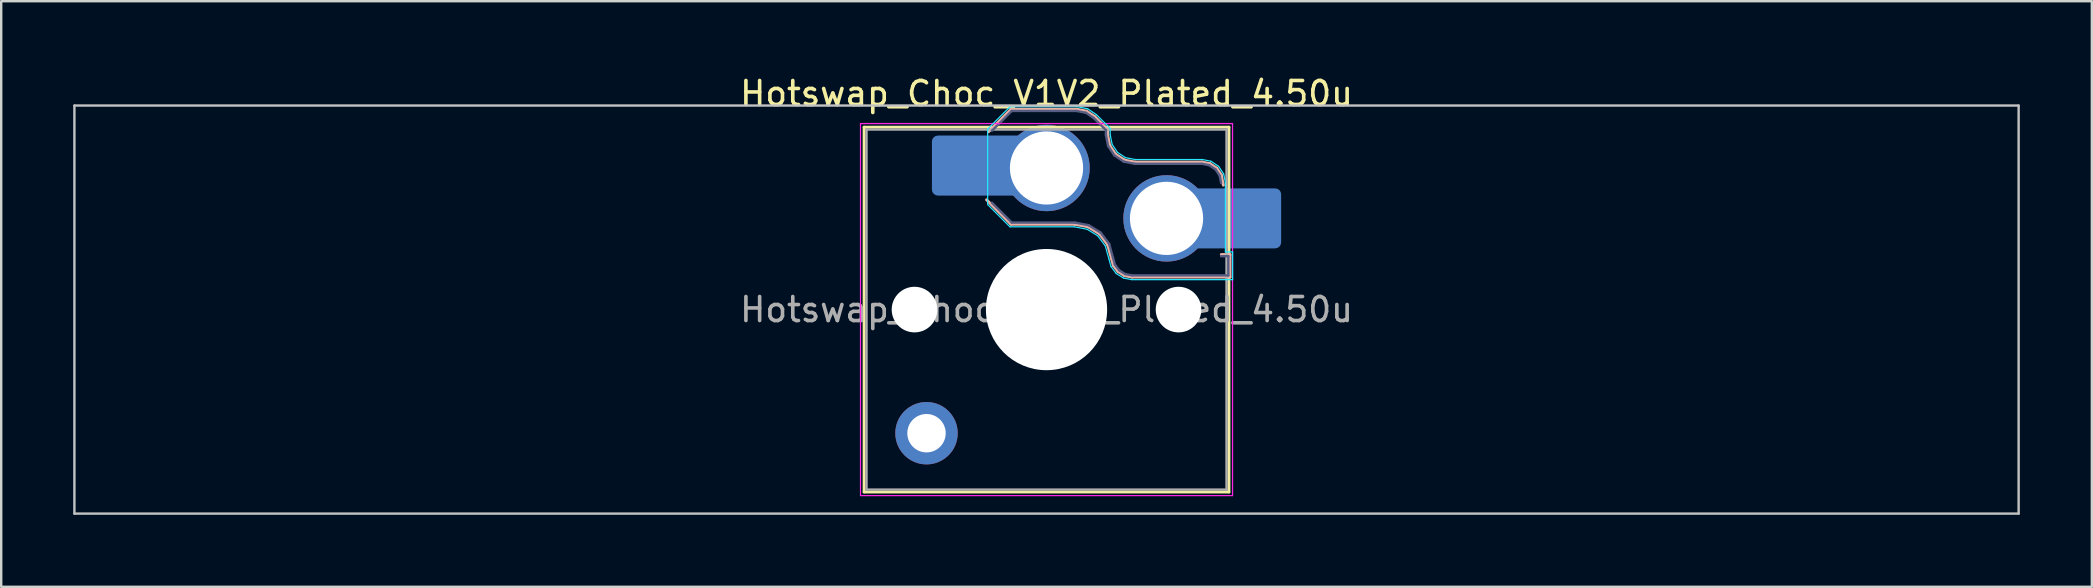
<source format=kicad_pcb>
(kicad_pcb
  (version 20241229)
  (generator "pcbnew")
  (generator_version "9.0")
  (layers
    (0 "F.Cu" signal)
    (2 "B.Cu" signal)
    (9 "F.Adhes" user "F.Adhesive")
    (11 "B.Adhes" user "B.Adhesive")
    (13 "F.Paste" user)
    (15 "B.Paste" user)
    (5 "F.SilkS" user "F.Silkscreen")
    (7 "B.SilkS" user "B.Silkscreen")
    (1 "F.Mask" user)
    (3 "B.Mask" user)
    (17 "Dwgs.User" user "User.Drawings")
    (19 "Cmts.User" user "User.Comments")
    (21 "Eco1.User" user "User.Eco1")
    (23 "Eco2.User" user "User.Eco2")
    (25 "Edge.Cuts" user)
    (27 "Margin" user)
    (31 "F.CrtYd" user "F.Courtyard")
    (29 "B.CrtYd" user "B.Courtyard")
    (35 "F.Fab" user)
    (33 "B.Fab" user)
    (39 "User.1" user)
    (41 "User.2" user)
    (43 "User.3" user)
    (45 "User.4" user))
  (footprint "Hotswap_Choc_V1V2_Plated_4.50u"
    (layer "F.Cu")
    (at 40.55 9.848)
    (property "Reference" "Hotswap_Choc_V1V2_Plated_4.50u" (at 0 -9 0) (layer "F.SilkS") (effects (font (size 1 1) (thickness 0.15))))
    (attr smd)
    (fp_line (start -7.6 -7.6) (end -7.6 7.6) (stroke (width 0.12) (type solid)) (layer "F.SilkS"))
    (fp_line (start -7.6 7.6) (end 7.6 7.6) (stroke (width 0.12) (type solid)) (layer "F.SilkS"))
    (fp_line (start 7.6 -7.6) (end -7.6 -7.6) (stroke (width 0.12) (type solid)) (layer "F.SilkS"))
    (fp_line (start 7.6 7.6) (end 7.6 -7.6) (stroke (width 0.12) (type solid)) (layer "F.SilkS"))
    (fp_line (start -2.416 -7.409) (end -1.479 -8.346) (stroke (width 0.12) (type solid)) (layer "B.SilkS"))
    (fp_line (start -1.479 -8.346) (end 1.268 -8.346) (stroke (width 0.12) (type solid)) (layer "B.SilkS"))
    (fp_line (start -1.479 -3.554) (end -2.5 -4.575) (stroke (width 0.12) (type solid)) (layer "B.SilkS"))
    (fp_line (start 1.168 -3.554) (end -1.479 -3.554) (stroke (width 0.12) (type solid)) (layer "B.SilkS"))
    (fp_line (start 1.268 -8.346) (end 1.671 -8.266) (stroke (width 0.12) (type solid)) (layer "B.SilkS"))
    (fp_line (start 1.671 -8.266) (end 2.013 -8.037) (stroke (width 0.12) (type solid)) (layer "B.SilkS"))
    (fp_line (start 1.73 -3.449) (end 1.168 -3.554) (stroke (width 0.12) (type solid)) (layer "B.SilkS"))
    (fp_line (start 2.013 -8.037) (end 2.546 -7.504) (stroke (width 0.12) (type solid)) (layer "B.SilkS"))
    (fp_line (start 2.209 -3.15) (end 1.73 -3.449) (stroke (width 0.12) (type solid)) (layer "B.SilkS"))
    (fp_line (start 2.546 -7.504) (end 2.546 -7.282) (stroke (width 0.12) (type solid)) (layer "B.SilkS"))
    (fp_line (start 2.546 -7.282) (end 2.633 -6.844) (stroke (width 0.12) (type solid)) (layer "B.SilkS"))
    (fp_line (start 2.547 -2.697) (end 2.209 -3.15) (stroke (width 0.12) (type solid)) (layer "B.SilkS"))
    (fp_line (start 2.633 -6.844) (end 2.877 -6.477) (stroke (width 0.12) (type solid)) (layer "B.SilkS"))
    (fp_line (start 2.701 -2.139) (end 2.547 -2.697) (stroke (width 0.12) (type solid)) (layer "B.SilkS"))
    (fp_line (start 2.783 -1.841) (end 2.701 -2.139) (stroke (width 0.12) (type solid)) (layer "B.SilkS"))
    (fp_line (start 2.877 -6.477) (end 3.244 -6.233) (stroke (width 0.12) (type solid)) (layer "B.SilkS"))
    (fp_line (start 2.976 -1.583) (end 2.783 -1.841) (stroke (width 0.12) (type solid)) (layer "B.SilkS"))
    (fp_line (start 3.244 -6.233) (end 3.682 -6.146) (stroke (width 0.12) (type solid)) (layer "B.SilkS"))
    (fp_line (start 3.25 -1.413) (end 2.976 -1.583) (stroke (width 0.12) (type solid)) (layer "B.SilkS"))
    (fp_line (start 3.56 -1.354) (end 3.25 -1.413) (stroke (width 0.12) (type solid)) (layer "B.SilkS"))
    (fp_line (start 3.682 -6.146) (end 6.482 -6.146) (stroke (width 0.12) (type solid)) (layer "B.SilkS"))
    (fp_line (start 6.482 -6.146) (end 6.809 -6.081) (stroke (width 0.12) (type solid)) (layer "B.SilkS"))
    (fp_line (start 6.809 -6.081) (end 7.092 -5.892) (stroke (width 0.12) (type solid)) (layer "B.SilkS"))
    (fp_line (start 7.092 -5.892) (end 7.281 -5.609) (stroke (width 0.12) (type solid)) (layer "B.SilkS"))
    (fp_line (start 7.281 -5.609) (end 7.366 -5.182) (stroke (width 0.12) (type solid)) (layer "B.SilkS"))
    (fp_line (start 7.283 -2.296) (end 7.646 -2.296) (stroke (width 0.12) (type solid)) (layer "B.SilkS"))
    (fp_line (start 7.646 -2.296) (end 7.646 -1.354) (stroke (width 0.12) (type solid)) (layer "B.SilkS"))
    (fp_line (start 7.646 -1.354) (end 3.56 -1.354) (stroke (width 0.12) (type solid)) (layer "B.SilkS"))
    (fp_line (start -40.5 -8.5) (end -40.5 8.5) (stroke (width 0.1) (type solid)) (layer "Dwgs.User"))
    (fp_line (start -40.5 8.5) (end 40.5 8.5) (stroke (width 0.1) (type solid)) (layer "Dwgs.User"))
    (fp_line (start 40.5 -8.5) (end -40.5 -8.5) (stroke (width 0.1) (type solid)) (layer "Dwgs.User"))
    (fp_line (start 40.5 8.5) (end 40.5 -8.5) (stroke (width 0.1) (type solid)) (layer "Dwgs.User"))
    (fp_line (start -7.25 -7.25) (end -7.25 7.25) (stroke (width 0.1) (type solid)) (layer "Eco1.User"))
    (fp_line (start -7.25 7.25) (end 7.25 7.25) (stroke (width 0.1) (type solid)) (layer "Eco1.User"))
    (fp_line (start 7.25 -7.25) (end -7.25 -7.25) (stroke (width 0.1) (type solid)) (layer "Eco1.User"))
    (fp_line (start 7.25 7.25) (end 7.25 -7.25) (stroke (width 0.1) (type solid)) (layer "Eco1.User"))
    (fp_line (start -2.452 -7.523) (end -1.523 -8.452) (stroke (width 0.05) (type solid)) (layer "B.CrtYd"))
    (fp_line (start -2.452 -4.377) (end -2.452 -7.523) (stroke (width 0.05) (type solid)) (layer "B.CrtYd"))
    (fp_line (start -1.523 -8.452) (end 1.278 -8.452) (stroke (width 0.05) (type solid)) (layer "B.CrtYd"))
    (fp_line (start -1.523 -3.448) (end -2.452 -4.377) (stroke (width 0.05) (type solid)) (layer "B.CrtYd"))
    (fp_line (start 1.159 -3.448) (end -1.523 -3.448) (stroke (width 0.05) (type solid)) (layer "B.CrtYd"))
    (fp_line (start 1.278 -8.452) (end 1.712 -8.366) (stroke (width 0.05) (type solid)) (layer "B.CrtYd"))
    (fp_line (start 1.691 -3.348) (end 1.159 -3.448) (stroke (width 0.05) (type solid)) (layer "B.CrtYd"))
    (fp_line (start 1.712 -8.366) (end 2.081 -8.119) (stroke (width 0.05) (type solid)) (layer "B.CrtYd"))
    (fp_line (start 2.081 -8.119) (end 2.652 -7.548) (stroke (width 0.05) (type solid)) (layer "B.CrtYd"))
    (fp_line (start 2.136 -3.071) (end 1.691 -3.348) (stroke (width 0.05) (type solid)) (layer "B.CrtYd"))
    (fp_line (start 2.45 -2.65) (end 2.136 -3.071) (stroke (width 0.05) (type solid)) (layer "B.CrtYd"))
    (fp_line (start 2.599 -2.111) (end 2.45 -2.65) (stroke (width 0.05) (type solid)) (layer "B.CrtYd"))
    (fp_line (start 2.652 -7.548) (end 2.652 -7.292) (stroke (width 0.05) (type solid)) (layer "B.CrtYd"))
    (fp_line (start 2.652 -7.292) (end 2.733 -6.885) (stroke (width 0.05) (type solid)) (layer "B.CrtYd"))
    (fp_line (start 2.687 -1.794) (end 2.599 -2.111) (stroke (width 0.05) (type solid)) (layer "B.CrtYd"))
    (fp_line (start 2.733 -6.885) (end 2.953 -6.553) (stroke (width 0.05) (type solid)) (layer "B.CrtYd"))
    (fp_line (start 2.903 -1.503) (end 2.687 -1.794) (stroke (width 0.05) (type solid)) (layer "B.CrtYd"))
    (fp_line (start 2.953 -6.553) (end 3.285 -6.333) (stroke (width 0.05) (type solid)) (layer "B.CrtYd"))
    (fp_line (start 3.211 -1.312) (end 2.903 -1.503) (stroke (width 0.05) (type solid)) (layer "B.CrtYd"))
    (fp_line (start 3.285 -6.333) (end 3.692 -6.252) (stroke (width 0.05) (type solid)) (layer "B.CrtYd"))
    (fp_line (start 3.55 -1.248) (end 3.211 -1.312) (stroke (width 0.05) (type solid)) (layer "B.CrtYd"))
    (fp_line (start 3.692 -6.252) (end 6.492 -6.252) (stroke (width 0.05) (type solid)) (layer "B.CrtYd"))
    (fp_line (start 6.492 -6.252) (end 6.85 -6.181) (stroke (width 0.05) (type solid)) (layer "B.CrtYd"))
    (fp_line (start 6.85 -6.181) (end 7.168 -5.968) (stroke (width 0.05) (type solid)) (layer "B.CrtYd"))
    (fp_line (start 7.168 -5.968) (end 7.381 -5.65) (stroke (width 0.05) (type solid)) (layer "B.CrtYd"))
    (fp_line (start 7.381 -5.65) (end 7.452 -5.292) (stroke (width 0.05) (type solid)) (layer "B.CrtYd"))
    (fp_line (start 7.452 -5.292) (end 7.452 -2.402) (stroke (width 0.05) (type solid)) (layer "B.CrtYd"))
    (fp_line (start 7.452 -2.402) (end 7.752 -2.402) (stroke (width 0.05) (type solid)) (layer "B.CrtYd"))
    (fp_line (start 7.752 -2.402) (end 7.752 -1.248) (stroke (width 0.05) (type solid)) (layer "B.CrtYd"))
    (fp_line (start 7.752 -1.248) (end 3.55 -1.248) (stroke (width 0.05) (type solid)) (layer "B.CrtYd"))
    (fp_line (start -7.75 -7.75) (end -7.75 7.75) (stroke (width 0.05) (type solid)) (layer "F.CrtYd"))
    (fp_line (start -7.75 7.75) (end 7.75 7.75) (stroke (width 0.05) (type solid)) (layer "F.CrtYd"))
    (fp_line (start 7.75 -7.75) (end -7.75 -7.75) (stroke (width 0.05) (type solid)) (layer "F.CrtYd"))
    (fp_line (start 7.75 7.75) (end 7.75 -7.75) (stroke (width 0.05) (type solid)) (layer "F.CrtYd"))
    (fp_line (start -2.275 -7.45) (end -1.45 -8.275) (stroke (width 0.1) (type solid)) (layer "B.Fab"))
    (fp_line (start -1.45 -8.275) (end 1.261 -8.275) (stroke (width 0.1) (type solid)) (layer "B.Fab"))
    (fp_line (start -1.45 -3.625) (end -2.275 -4.45) (stroke (width 0.1) (type solid)) (layer "B.Fab"))
    (fp_line (start 1.175 -3.625) (end -1.45 -3.625) (stroke (width 0.1) (type solid)) (layer "B.Fab"))
    (fp_line (start 1.261 -8.275) (end 1.643 -8.199) (stroke (width 0.1) (type solid)) (layer "B.Fab"))
    (fp_line (start 1.643 -8.199) (end 1.968 -7.982) (stroke (width 0.1) (type solid)) (layer "B.Fab"))
    (fp_line (start 1.756 -3.516) (end 1.175 -3.625) (stroke (width 0.1) (type solid)) (layer "B.Fab"))
    (fp_line (start 1.968 -7.982) (end 2.475 -7.475) (stroke (width 0.1) (type solid)) (layer "B.Fab"))
    (fp_line (start 2.258 -3.203) (end 1.756 -3.516) (stroke (width 0.1) (type solid)) (layer "B.Fab"))
    (fp_line (start 2.475 -7.475) (end 2.475 -7.275) (stroke (width 0.1) (type solid)) (layer "B.Fab"))
    (fp_line (start 2.475 -7.275) (end 2.566 -6.816) (stroke (width 0.1) (type solid)) (layer "B.Fab"))
    (fp_line (start 2.566 -6.816) (end 2.826 -6.426) (stroke (width 0.1) (type solid)) (layer "B.Fab"))
    (fp_line (start 2.612 -2.729) (end 2.258 -3.203) (stroke (width 0.1) (type solid)) (layer "B.Fab"))
    (fp_line (start 2.769 -2.158) (end 2.612 -2.729) (stroke (width 0.1) (type solid)) (layer "B.Fab"))
    (fp_line (start 2.826 -6.426) (end 3.216 -6.166) (stroke (width 0.1) (type solid)) (layer "B.Fab"))
    (fp_line (start 2.848 -1.873) (end 2.769 -2.158) (stroke (width 0.1) (type solid)) (layer "B.Fab"))
    (fp_line (start 3.025 -1.636) (end 2.848 -1.873) (stroke (width 0.1) (type solid)) (layer "B.Fab"))
    (fp_line (start 3.216 -6.166) (end 3.675 -6.075) (stroke (width 0.1) (type solid)) (layer "B.Fab"))
    (fp_line (start 3.276 -1.48) (end 3.025 -1.636) (stroke (width 0.1) (type solid)) (layer "B.Fab"))
    (fp_line (start 3.567 -1.425) (end 3.276 -1.48) (stroke (width 0.1) (type solid)) (layer "B.Fab"))
    (fp_line (start 3.675 -6.075) (end 6.475 -6.075) (stroke (width 0.1) (type solid)) (layer "B.Fab"))
    (fp_line (start 6.475 -6.075) (end 6.781 -6.014) (stroke (width 0.1) (type solid)) (layer "B.Fab"))
    (fp_line (start 6.781 -6.014) (end 7.041 -5.841) (stroke (width 0.1) (type solid)) (layer "B.Fab"))
    (fp_line (start 7.041 -5.841) (end 7.214 -5.581) (stroke (width 0.1) (type solid)) (layer "B.Fab"))
    (fp_line (start 7.214 -5.581) (end 7.275 -5.275) (stroke (width 0.1) (type solid)) (layer "B.Fab"))
    (fp_line (start 7.275 -2.225) (end 7.575 -2.225) (stroke (width 0.1) (type solid)) (layer "B.Fab"))
    (fp_line (start 7.575 -2.225) (end 7.575 -1.425) (stroke (width 0.1) (type solid)) (layer "B.Fab"))
    (fp_line (start 7.575 -1.425) (end 3.567 -1.425) (stroke (width 0.1) (type solid)) (layer "B.Fab"))
    (fp_line (start -7.5 -7.5) (end -7.5 7.5) (stroke (width 0.1) (type solid)) (layer "F.Fab"))
    (fp_line (start -7.5 7.5) (end 7.5 7.5) (stroke (width 0.1) (type solid)) (layer "F.Fab"))
    (fp_line (start 7.5 -7.5) (end -7.5 -7.5) (stroke (width 0.1) (type solid)) (layer "F.Fab"))
    (fp_line (start 7.5 7.5) (end 7.5 -7.5) (stroke (width 0.1) (type solid)) (layer "F.Fab"))
    (fp_text user "${REFERENCE}" (at 0 0 0) (layer "F.Fab") (effects (font (size 1 1) (thickness 0.15))))
    (pad "" np_thru_hole circle (at -5.5 0) (size 1.9 1.9) (drill 1.9) (layers "*.Cu" "*.Mask"))
    (pad "" thru_hole circle (at -5 5.15) (size 2.6 2.6) (drill 1.6) (layers "*.Cu" "*.Mask"))
    (pad "" smd roundrect (at -3.5 -6) (size 2.55 2.5) (layers "B.Mask" "B.Paste") (roundrect_rratio 0.1))
    (pad "" np_thru_hole circle (at 0 0) (size 5.05 5.05) (drill 5.05) (layers "*.Cu" "*.Mask"))
    (pad "" np_thru_hole circle (at 5.5 0) (size 1.9 1.9) (drill 1.9) (layers "*.Cu" "*.Mask"))
    (pad "" smd roundrect (at 8.5 -3.8) (size 2.55 2.5) (layers "B.Mask" "B.Paste") (roundrect_rratio 0.1))
    (pad "1" smd roundrect (at -2.85 -6) (size 3.85 2.5) (layers "B.Cu") (roundrect_rratio 0.1))
    (pad "1" thru_hole circle (at 0 -5.9) (size 3.6 3.6) (drill 3.05) (layers "*.Cu" "*.Mask"))
    (pad "2" thru_hole circle (at 5 -3.8) (size 3.6 3.6) (drill 3.05) (layers "*.Cu" "*.Mask"))
    (pad "2" smd roundrect (at 7.85 -3.8) (size 3.85 2.5) (layers "B.Cu") (roundrect_rratio 0.1)))
  (gr_rect
    (start -3 -3)
    (end 84.1 21.398)
    (stroke (width 0.1) (type default))
    (fill no)
    (layer "Edge.Cuts")))
</source>
